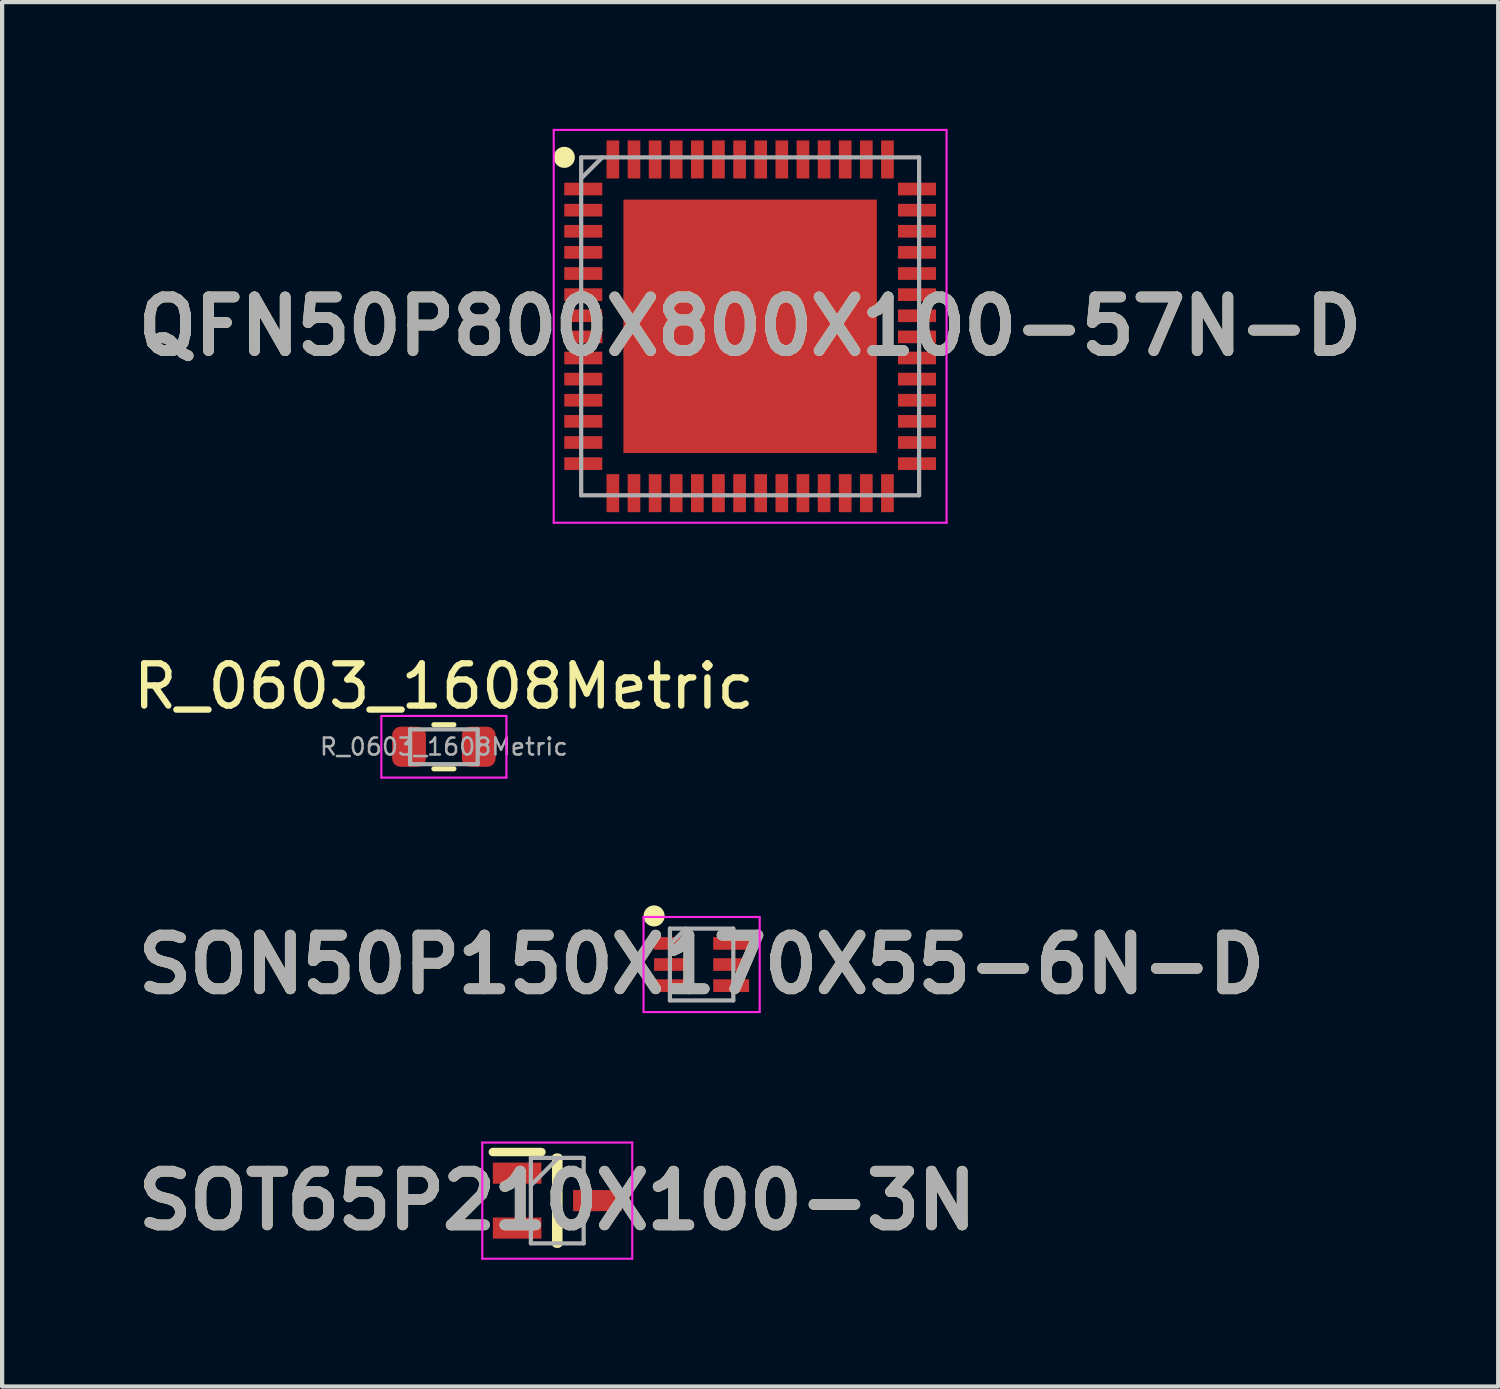
<source format=kicad_pcb>
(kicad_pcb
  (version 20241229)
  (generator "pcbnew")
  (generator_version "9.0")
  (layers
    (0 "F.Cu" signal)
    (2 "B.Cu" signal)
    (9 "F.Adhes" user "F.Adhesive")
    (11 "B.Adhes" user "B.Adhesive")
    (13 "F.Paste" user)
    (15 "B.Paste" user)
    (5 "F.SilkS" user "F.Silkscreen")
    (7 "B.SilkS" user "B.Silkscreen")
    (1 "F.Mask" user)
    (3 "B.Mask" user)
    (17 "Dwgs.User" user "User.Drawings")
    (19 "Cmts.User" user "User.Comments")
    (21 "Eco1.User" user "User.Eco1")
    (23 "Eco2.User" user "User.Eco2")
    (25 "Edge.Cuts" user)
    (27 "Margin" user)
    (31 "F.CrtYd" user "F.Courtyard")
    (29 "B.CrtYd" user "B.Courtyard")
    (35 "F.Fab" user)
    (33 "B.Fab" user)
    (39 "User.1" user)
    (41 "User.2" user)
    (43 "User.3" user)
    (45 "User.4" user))
  (footprint "SOT65P210X100-3N"
    (layer "F.Cu")
    (at 10.142 25.372)
    (property "Reference" "SOT65P210X100-3N" (at 0 0 0) (layer "F.SilkS") (effects (font (size 1.27 1.27) (thickness 0.254))))
    (attr smd)
    (fp_line (start -1.525 -1.15) (end -0.375 -1.15) (stroke (width 0.2) (type solid)) (layer "F.SilkS"))
    (fp_line (start -0.025 -1.012) (end 0.025 -1.012) (stroke (width 0.2) (type solid)) (layer "F.SilkS"))
    (fp_line (start -0.025 1.012) (end -0.025 -1.012) (stroke (width 0.2) (type solid)) (layer "F.SilkS"))
    (fp_line (start 0.025 -1.012) (end 0.025 1.012) (stroke (width 0.2) (type solid)) (layer "F.SilkS"))
    (fp_line (start 0.025 1.012) (end -0.025 1.012) (stroke (width 0.2) (type solid)) (layer "F.SilkS"))
    (fp_line (start -1.775 -1.375) (end 1.775 -1.375) (stroke (width 0.05) (type solid)) (layer "F.CrtYd"))
    (fp_line (start -1.775 1.375) (end -1.775 -1.375) (stroke (width 0.05) (type solid)) (layer "F.CrtYd"))
    (fp_line (start 1.775 -1.375) (end 1.775 1.375) (stroke (width 0.05) (type solid)) (layer "F.CrtYd"))
    (fp_line (start 1.775 1.375) (end -1.775 1.375) (stroke (width 0.05) (type solid)) (layer "F.CrtYd"))
    (fp_line (start -0.625 -1.012) (end 0.625 -1.012) (stroke (width 0.1) (type solid)) (layer "F.Fab"))
    (fp_line (start -0.625 -0.362) (end 0.025 -1.012) (stroke (width 0.1) (type solid)) (layer "F.Fab"))
    (fp_line (start -0.625 1.012) (end -0.625 -1.012) (stroke (width 0.1) (type solid)) (layer "F.Fab"))
    (fp_line (start 0.625 -1.012) (end 0.625 1.012) (stroke (width 0.1) (type solid)) (layer "F.Fab"))
    (fp_line (start 0.625 1.012) (end -0.625 1.012) (stroke (width 0.1) (type solid)) (layer "F.Fab"))
    (fp_text user "${REFERENCE}" (at 0 0 0) (layer "F.Fab") (effects (font (size 1.27 1.27) (thickness 0.254))))
    (pad "1" smd rect (at -0.95 -0.65 90) (size 0.5 1.15) (layers "F.Cu" "F.Mask" "F.Paste"))
    (pad "2" smd rect (at -0.95 0.65 90) (size 0.5 1.15) (layers "F.Cu" "F.Mask" "F.Paste"))
    (pad "3" smd rect (at 0.95 0 90) (size 0.5 1.15) (layers "F.Cu" "F.Mask" "F.Paste")))
  (footprint "SON50P150X170X55-6N-D"
    (layer "F.Cu")
    (at 13.559 19.783)
    (property "Reference" "SON50P150X170X55-6N-D" (at 0 0 0) (layer "F.SilkS") (effects (font (size 1.27 1.27) (thickness 0.254))))
    (attr smd)
    (fp_circle (center -1.125 -1.15) (end -1.125 -1.025) (stroke (width 0.25) (type solid)) (fill no) (layer "F.SilkS"))
    (fp_line (start -1.375 -1.125) (end 1.375 -1.125) (stroke (width 0.05) (type solid)) (layer "F.CrtYd"))
    (fp_line (start -1.375 1.125) (end -1.375 -1.125) (stroke (width 0.05) (type solid)) (layer "F.CrtYd"))
    (fp_line (start 1.375 -1.125) (end 1.375 1.125) (stroke (width 0.05) (type solid)) (layer "F.CrtYd"))
    (fp_line (start 1.375 1.125) (end -1.375 1.125) (stroke (width 0.05) (type solid)) (layer "F.CrtYd"))
    (fp_line (start -0.75 -0.85) (end 0.75 -0.85) (stroke (width 0.1) (type solid)) (layer "F.Fab"))
    (fp_line (start -0.75 -0.475) (end -0.375 -0.85) (stroke (width 0.1) (type solid)) (layer "F.Fab"))
    (fp_line (start -0.75 0.85) (end -0.75 -0.85) (stroke (width 0.1) (type solid)) (layer "F.Fab"))
    (fp_line (start 0.75 -0.85) (end 0.75 0.85) (stroke (width 0.1) (type solid)) (layer "F.Fab"))
    (fp_line (start 0.75 0.85) (end -0.75 0.85) (stroke (width 0.1) (type solid)) (layer "F.Fab"))
    (fp_text user "${REFERENCE}" (at 0 0 0) (layer "F.Fab") (effects (font (size 1.27 1.27) (thickness 0.254))))
    (pad "1" smd rect (at -0.7 -0.5 90) (size 0.3 0.85) (layers "F.Cu" "F.Mask" "F.Paste"))
    (pad "2" smd rect (at -0.7 0 90) (size 0.3 0.85) (layers "F.Cu" "F.Mask" "F.Paste"))
    (pad "3" smd rect (at -0.7 0.5 90) (size 0.3 0.85) (layers "F.Cu" "F.Mask" "F.Paste"))
    (pad "4" smd rect (at 0.7 0.5 90) (size 0.3 0.85) (layers "F.Cu" "F.Mask" "F.Paste"))
    (pad "5" smd rect (at 0.7 0 90) (size 0.3 0.85) (layers "F.Cu" "F.Mask" "F.Paste"))
    (pad "6" smd rect (at 0.7 -0.5 90) (size 0.3 0.85) (layers "F.Cu" "F.Mask" "F.Paste")))
  (footprint "R_0603_1608Metric"
    (layer "F.Cu")
    (at 7.458 14.628)
    (property "Reference" "R_0603_1608Metric" (at 0 -1.43 0) (layer "F.SilkS") (effects (font (size 1 1) (thickness 0.15))))
    (attr smd)
    (fp_line (start -0.237 -0.522) (end 0.237 -0.522) (stroke (width 0.12) (type solid)) (layer "F.SilkS"))
    (fp_line (start -0.237 0.522) (end 0.237 0.522) (stroke (width 0.12) (type solid)) (layer "F.SilkS"))
    (fp_line (start -1.48 -0.73) (end 1.48 -0.73) (stroke (width 0.05) (type solid)) (layer "F.CrtYd"))
    (fp_line (start -1.48 0.73) (end -1.48 -0.73) (stroke (width 0.05) (type solid)) (layer "F.CrtYd"))
    (fp_line (start 1.48 -0.73) (end 1.48 0.73) (stroke (width 0.05) (type solid)) (layer "F.CrtYd"))
    (fp_line (start 1.48 0.73) (end -1.48 0.73) (stroke (width 0.05) (type solid)) (layer "F.CrtYd"))
    (fp_line (start -0.8 -0.412) (end 0.8 -0.412) (stroke (width 0.1) (type solid)) (layer "F.Fab"))
    (fp_line (start -0.8 0.412) (end -0.8 -0.412) (stroke (width 0.1) (type solid)) (layer "F.Fab"))
    (fp_line (start 0.8 -0.412) (end 0.8 0.412) (stroke (width 0.1) (type solid)) (layer "F.Fab"))
    (fp_line (start 0.8 0.412) (end -0.8 0.412) (stroke (width 0.1) (type solid)) (layer "F.Fab"))
    (fp_text user "${REFERENCE}" (at 0 0 0) (layer "F.Fab") (effects (font (size 0.4 0.4) (thickness 0.06))))
    (pad "1" smd roundrect (at -0.825 0) (size 0.8 0.95) (layers "F.Cu" "F.Mask" "F.Paste") (roundrect_rratio 0.25))
    (pad "2" smd roundrect (at 0.825 0) (size 0.8 0.95) (layers "F.Cu" "F.Mask" "F.Paste") (roundrect_rratio 0.25)))
  (footprint "QFN50P800X800X100-57N-D"
    (layer "F.Cu")
    (at 14.708 4.675)
    (property "Reference" "QFN50P800X800X100-57N-D" (at 0 0 0) (layer "F.SilkS") (effects (font (size 1.27 1.27) (thickness 0.254))))
    (attr smd)
    (fp_circle (center -4.4 -4) (end -4.4 -3.875) (stroke (width 0.25) (type solid)) (fill no) (layer "F.SilkS"))
    (fp_line (start -4.65 -4.65) (end 4.65 -4.65) (stroke (width 0.05) (type solid)) (layer "F.CrtYd"))
    (fp_line (start -4.65 4.65) (end -4.65 -4.65) (stroke (width 0.05) (type solid)) (layer "F.CrtYd"))
    (fp_line (start 4.65 -4.65) (end 4.65 4.65) (stroke (width 0.05) (type solid)) (layer "F.CrtYd"))
    (fp_line (start 4.65 4.65) (end -4.65 4.65) (stroke (width 0.05) (type solid)) (layer "F.CrtYd"))
    (fp_line (start -4 -4) (end 4 -4) (stroke (width 0.1) (type solid)) (layer "F.Fab"))
    (fp_line (start -4 -3.5) (end -3.5 -4) (stroke (width 0.1) (type solid)) (layer "F.Fab"))
    (fp_line (start -4 4) (end -4 -4) (stroke (width 0.1) (type solid)) (layer "F.Fab"))
    (fp_line (start 4 -4) (end 4 4) (stroke (width 0.1) (type solid)) (layer "F.Fab"))
    (fp_line (start 4 4) (end -4 4) (stroke (width 0.1) (type solid)) (layer "F.Fab"))
    (fp_text user "${REFERENCE}" (at 0 0 0) (layer "F.Fab") (effects (font (size 1.27 1.27) (thickness 0.254))))
    (pad "1" smd rect (at -3.95 -3.25 90) (size 0.3 0.9) (layers "F.Cu" "F.Mask" "F.Paste"))
    (pad "2" smd rect (at -3.95 -2.75 90) (size 0.3 0.9) (layers "F.Cu" "F.Mask" "F.Paste"))
    (pad "3" smd rect (at -3.95 -2.25 90) (size 0.3 0.9) (layers "F.Cu" "F.Mask" "F.Paste"))
    (pad "4" smd rect (at -3.95 -1.75 90) (size 0.3 0.9) (layers "F.Cu" "F.Mask" "F.Paste"))
    (pad "5" smd rect (at -3.95 -1.25 90) (size 0.3 0.9) (layers "F.Cu" "F.Mask" "F.Paste"))
    (pad "6" smd rect (at -3.95 -0.75 90) (size 0.3 0.9) (layers "F.Cu" "F.Mask" "F.Paste"))
    (pad "7" smd rect (at -3.95 -0.25 90) (size 0.3 0.9) (layers "F.Cu" "F.Mask" "F.Paste"))
    (pad "8" smd rect (at -3.95 0.25 90) (size 0.3 0.9) (layers "F.Cu" "F.Mask" "F.Paste"))
    (pad "9" smd rect (at -3.95 0.75 90) (size 0.3 0.9) (layers "F.Cu" "F.Mask" "F.Paste"))
    (pad "10" smd rect (at -3.95 1.25 90) (size 0.3 0.9) (layers "F.Cu" "F.Mask" "F.Paste"))
    (pad "11" smd rect (at -3.95 1.75 90) (size 0.3 0.9) (layers "F.Cu" "F.Mask" "F.Paste"))
    (pad "12" smd rect (at -3.95 2.25 90) (size 0.3 0.9) (layers "F.Cu" "F.Mask" "F.Paste"))
    (pad "13" smd rect (at -3.95 2.75 90) (size 0.3 0.9) (layers "F.Cu" "F.Mask" "F.Paste"))
    (pad "14" smd rect (at -3.95 3.25 90) (size 0.3 0.9) (layers "F.Cu" "F.Mask" "F.Paste"))
    (pad "15" smd rect (at -3.25 3.95) (size 0.3 0.9) (layers "F.Cu" "F.Mask" "F.Paste"))
    (pad "16" smd rect (at -2.75 3.95) (size 0.3 0.9) (layers "F.Cu" "F.Mask" "F.Paste"))
    (pad "17" smd rect (at -2.25 3.95) (size 0.3 0.9) (layers "F.Cu" "F.Mask" "F.Paste"))
    (pad "18" smd rect (at -1.75 3.95) (size 0.3 0.9) (layers "F.Cu" "F.Mask" "F.Paste"))
    (pad "19" smd rect (at -1.25 3.95) (size 0.3 0.9) (layers "F.Cu" "F.Mask" "F.Paste"))
    (pad "20" smd rect (at -0.75 3.95) (size 0.3 0.9) (layers "F.Cu" "F.Mask" "F.Paste"))
    (pad "21" smd rect (at -0.25 3.95) (size 0.3 0.9) (layers "F.Cu" "F.Mask" "F.Paste"))
    (pad "22" smd rect (at 0.25 3.95) (size 0.3 0.9) (layers "F.Cu" "F.Mask" "F.Paste"))
    (pad "23" smd rect (at 0.75 3.95) (size 0.3 0.9) (layers "F.Cu" "F.Mask" "F.Paste"))
    (pad "24" smd rect (at 1.25 3.95) (size 0.3 0.9) (layers "F.Cu" "F.Mask" "F.Paste"))
    (pad "25" smd rect (at 1.75 3.95) (size 0.3 0.9) (layers "F.Cu" "F.Mask" "F.Paste"))
    (pad "26" smd rect (at 2.25 3.95) (size 0.3 0.9) (layers "F.Cu" "F.Mask" "F.Paste"))
    (pad "27" smd rect (at 2.75 3.95) (size 0.3 0.9) (layers "F.Cu" "F.Mask" "F.Paste"))
    (pad "28" smd rect (at 3.25 3.95) (size 0.3 0.9) (layers "F.Cu" "F.Mask" "F.Paste"))
    (pad "29" smd rect (at 3.95 3.25 90) (size 0.3 0.9) (layers "F.Cu" "F.Mask" "F.Paste"))
    (pad "30" smd rect (at 3.95 2.75 90) (size 0.3 0.9) (layers "F.Cu" "F.Mask" "F.Paste"))
    (pad "31" smd rect (at 3.95 2.25 90) (size 0.3 0.9) (layers "F.Cu" "F.Mask" "F.Paste"))
    (pad "32" smd rect (at 3.95 1.75 90) (size 0.3 0.9) (layers "F.Cu" "F.Mask" "F.Paste"))
    (pad "33" smd rect (at 3.95 1.25 90) (size 0.3 0.9) (layers "F.Cu" "F.Mask" "F.Paste"))
    (pad "34" smd rect (at 3.95 0.75 90) (size 0.3 0.9) (layers "F.Cu" "F.Mask" "F.Paste"))
    (pad "35" smd rect (at 3.95 0.25 90) (size 0.3 0.9) (layers "F.Cu" "F.Mask" "F.Paste"))
    (pad "36" smd rect (at 3.95 -0.25 90) (size 0.3 0.9) (layers "F.Cu" "F.Mask" "F.Paste"))
    (pad "37" smd rect (at 3.95 -0.75 90) (size 0.3 0.9) (layers "F.Cu" "F.Mask" "F.Paste"))
    (pad "38" smd rect (at 3.95 -1.25 90) (size 0.3 0.9) (layers "F.Cu" "F.Mask" "F.Paste"))
    (pad "39" smd rect (at 3.95 -1.75 90) (size 0.3 0.9) (layers "F.Cu" "F.Mask" "F.Paste"))
    (pad "40" smd rect (at 3.95 -2.25 90) (size 0.3 0.9) (layers "F.Cu" "F.Mask" "F.Paste"))
    (pad "41" smd rect (at 3.95 -2.75 90) (size 0.3 0.9) (layers "F.Cu" "F.Mask" "F.Paste"))
    (pad "42" smd rect (at 3.95 -3.25 90) (size 0.3 0.9) (layers "F.Cu" "F.Mask" "F.Paste"))
    (pad "43" smd rect (at 3.25 -3.95) (size 0.3 0.9) (layers "F.Cu" "F.Mask" "F.Paste"))
    (pad "44" smd rect (at 2.75 -3.95) (size 0.3 0.9) (layers "F.Cu" "F.Mask" "F.Paste"))
    (pad "45" smd rect (at 2.25 -3.95) (size 0.3 0.9) (layers "F.Cu" "F.Mask" "F.Paste"))
    (pad "46" smd rect (at 1.75 -3.95) (size 0.3 0.9) (layers "F.Cu" "F.Mask" "F.Paste"))
    (pad "47" smd rect (at 1.25 -3.95) (size 0.3 0.9) (layers "F.Cu" "F.Mask" "F.Paste"))
    (pad "48" smd rect (at 0.75 -3.95) (size 0.3 0.9) (layers "F.Cu" "F.Mask" "F.Paste"))
    (pad "49" smd rect (at 0.25 -3.95) (size 0.3 0.9) (layers "F.Cu" "F.Mask" "F.Paste"))
    (pad "50" smd rect (at -0.25 -3.95) (size 0.3 0.9) (layers "F.Cu" "F.Mask" "F.Paste"))
    (pad "51" smd rect (at -0.75 -3.95) (size 0.3 0.9) (layers "F.Cu" "F.Mask" "F.Paste"))
    (pad "52" smd rect (at -1.25 -3.95) (size 0.3 0.9) (layers "F.Cu" "F.Mask" "F.Paste"))
    (pad "53" smd rect (at -1.75 -3.95) (size 0.3 0.9) (layers "F.Cu" "F.Mask" "F.Paste"))
    (pad "54" smd rect (at -2.25 -3.95) (size 0.3 0.9) (layers "F.Cu" "F.Mask" "F.Paste"))
    (pad "55" smd rect (at -2.75 -3.95) (size 0.3 0.9) (layers "F.Cu" "F.Mask" "F.Paste"))
    (pad "56" smd rect (at -3.25 -3.95) (size 0.3 0.9) (layers "F.Cu" "F.Mask" "F.Paste"))
    (pad "57" smd rect (at 0 0) (size 6 6) (layers "F.Cu" "F.Mask" "F.Paste")))
  (gr_rect
    (start -3 -3)
    (end 32.416 29.772)
    (stroke (width 0.1) (type default))
    (fill no)
    (layer "Edge.Cuts")))
</source>
